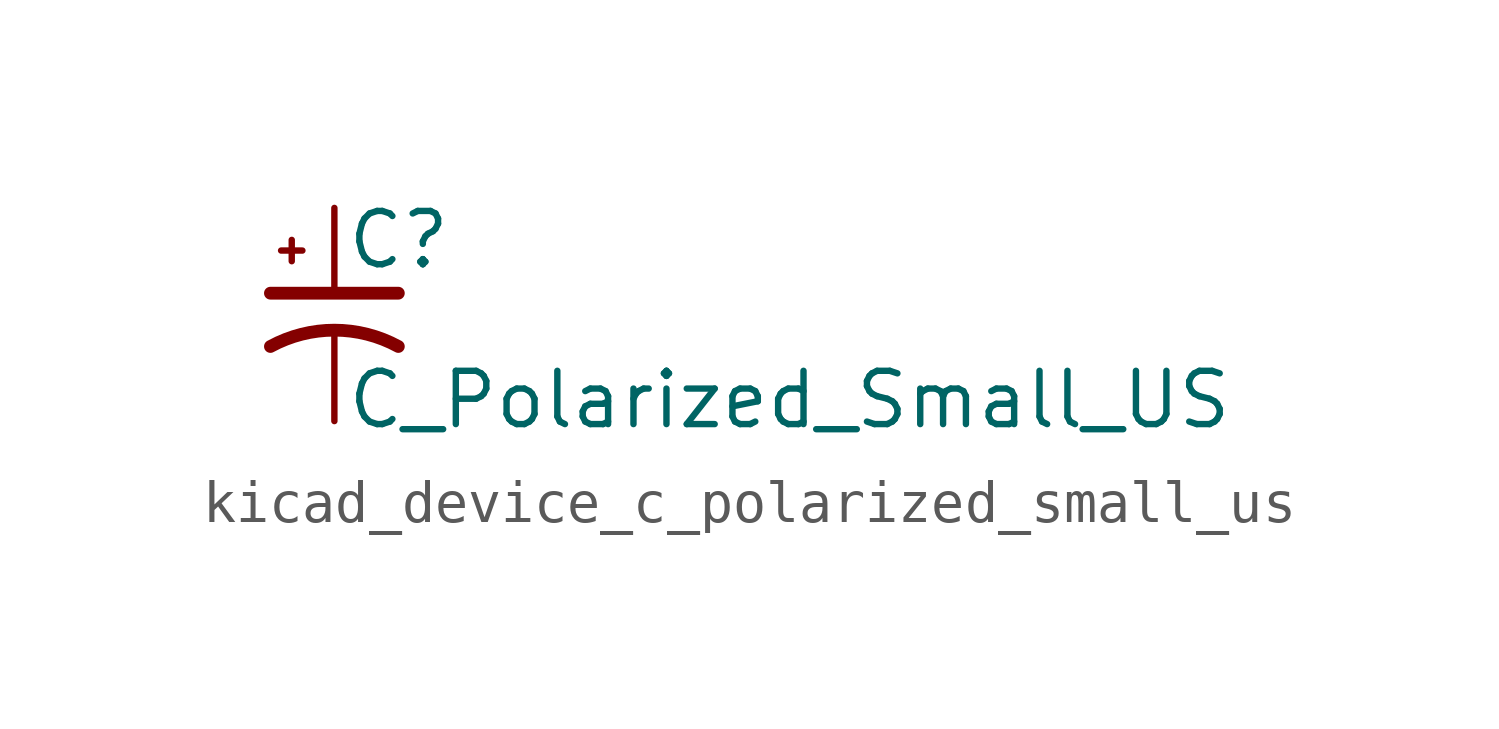
<source format=kicad_sym>
(kicad_symbol_lib
  (version 20220914)
  (generator kicad_symbol_editor)
  (symbol "kicad_device_c_polarized_small_us"
    (pin_numbers hide)
    (pin_names
      (offset 0.254) hide)
    (property "Reference" "C"
      (at 0.254 1.778 0)
      (effects (font (size 1.27 1.27)) (justify left)))
    (property "Value" "C_Polarized_Small_US"
      (at 0.254 -2.032 0)
      (effects (font (size 1.27 1.27)) (justify left)))
    (symbol "kicad_device_c_polarized_small_us_0_1"
      (polyline (pts (xy -1.524 0.508) (xy 1.524 0.508)) (stroke (width 0.305) (type default)) (fill (type none)))
      (polyline (pts (xy -1.27 1.524) (xy -0.762 1.524)) (stroke (width 0) (type default)) (fill (type none)))
      (polyline (pts (xy -1.016 1.27) (xy -1.016 1.778)) (stroke (width 0) (type default)) (fill (type none)))
      (arc (start 1.524 -0.762) (mid 0 -0.3734) (end -1.524 -0.762) (stroke (width 0.3048) (type default)) (fill (type none))))
    (symbol "kicad_device_c_polarized_small_us_1_1"
      (pin passive line (at 0 2.54 270) (length 2.032) (name "~" (effects (font (size 1.27 1.27)))) (number "1" (effects (font (size 1.27 1.27)))))
      (pin passive line (at 0 -2.54 90) (length 2.032) (name "~" (effects (font (size 1.27 1.27)))) (number "2" (effects (font (size 1.27 1.27))))))))
</source>
